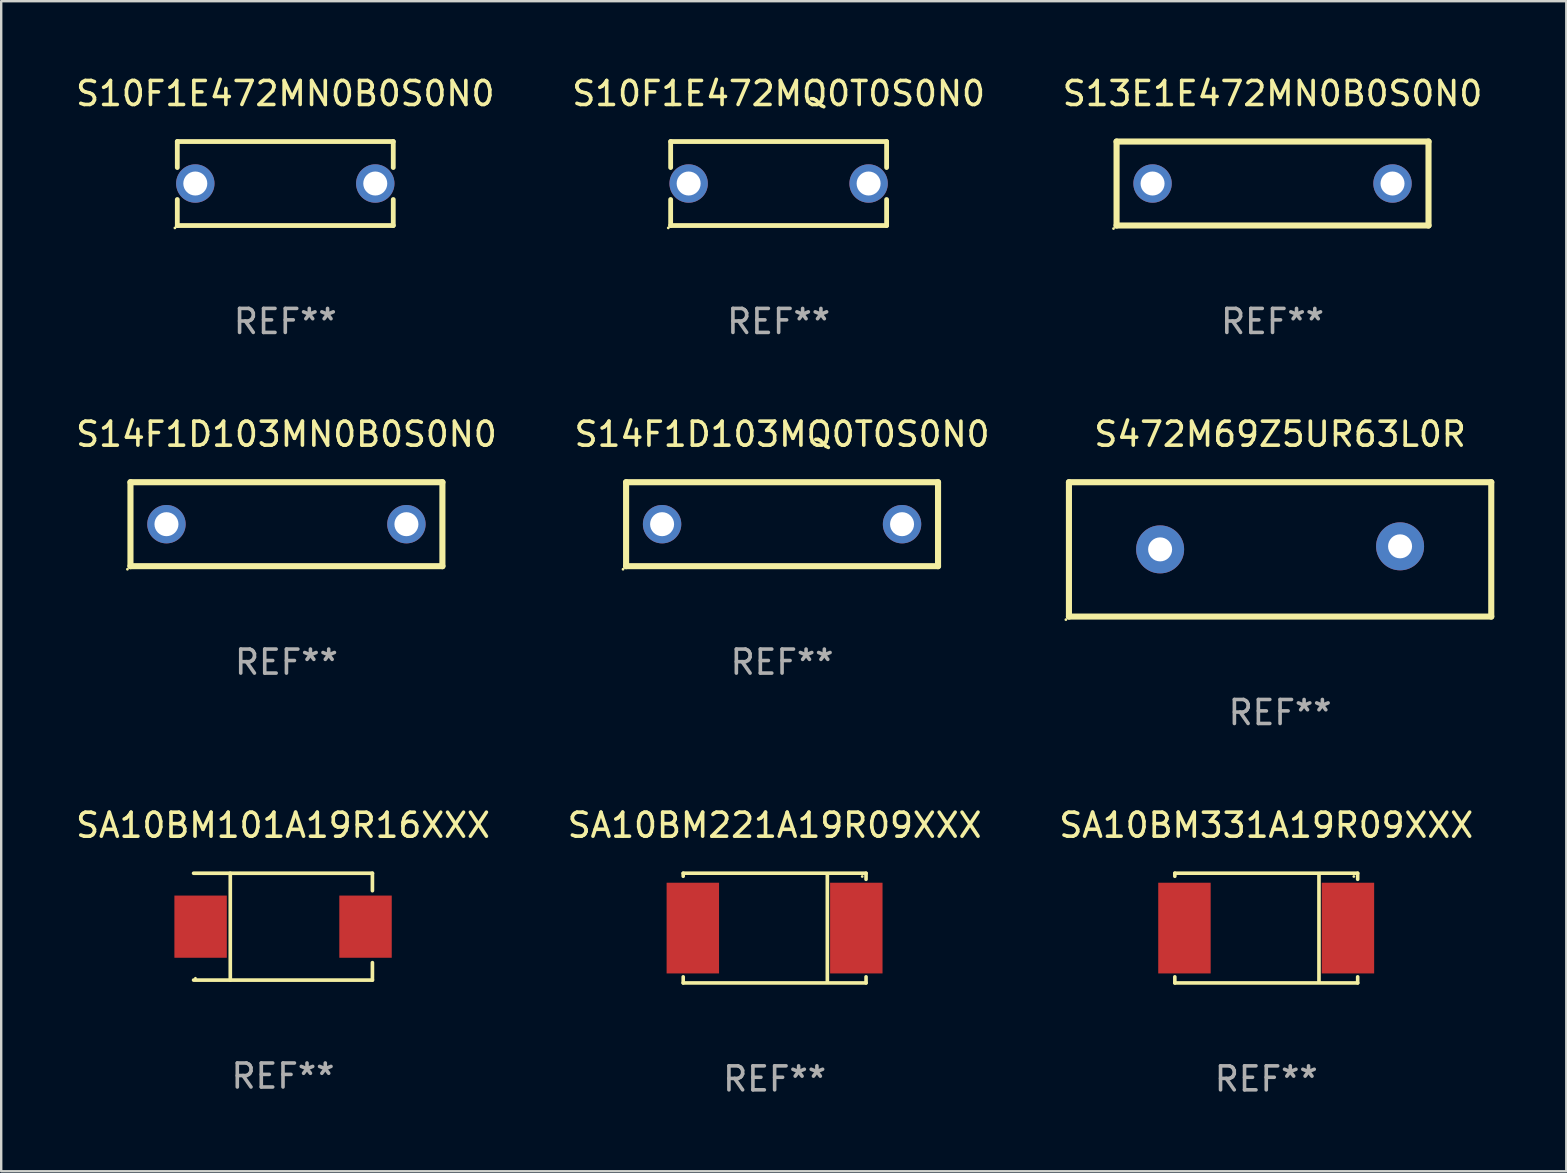
<source format=kicad_pcb>
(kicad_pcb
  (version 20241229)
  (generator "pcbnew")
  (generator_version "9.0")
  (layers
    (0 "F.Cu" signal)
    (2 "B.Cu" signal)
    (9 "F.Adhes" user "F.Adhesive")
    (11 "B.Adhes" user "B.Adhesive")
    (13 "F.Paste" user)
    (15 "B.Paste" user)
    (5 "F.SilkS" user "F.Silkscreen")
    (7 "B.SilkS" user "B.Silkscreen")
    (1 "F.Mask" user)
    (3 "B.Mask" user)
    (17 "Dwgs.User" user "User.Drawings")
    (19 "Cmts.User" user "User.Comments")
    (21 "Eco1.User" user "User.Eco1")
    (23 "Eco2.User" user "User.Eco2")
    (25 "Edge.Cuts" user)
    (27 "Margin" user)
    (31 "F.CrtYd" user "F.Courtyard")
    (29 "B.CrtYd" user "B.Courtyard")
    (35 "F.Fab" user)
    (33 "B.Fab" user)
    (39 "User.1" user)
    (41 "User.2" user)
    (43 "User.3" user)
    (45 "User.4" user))
  (footprint "SA10BM101A19R16XXX"
    (layer "F.Cu")
    (at 8.744 35.568)
    (property "Reference" "SA10BM101A19R16XXX" (at 0 -4.226 0) (layer "F.SilkS") (effects (font (size 1 1) (thickness 0.15))))
    (attr through_hole)
    (fp_line (start -3.726 -2.226) (end 3.726 -2.226) (stroke (width 0.152) (type solid)) (layer "F.SilkS"))
    (fp_line (start -3.726 2.226) (end 3.726 2.226) (stroke (width 0.152) (type solid)) (layer "F.SilkS"))
    (fp_line (start -2.197 -2.226) (end -2.197 2.226) (stroke (width 0.152) (type solid)) (layer "F.SilkS"))
    (fp_line (start 3.726 -2.226) (end 3.726 -1.499) (stroke (width 0.152) (type solid)) (layer "F.SilkS"))
    (fp_line (start 3.726 2.226) (end 3.726 1.499) (stroke (width 0.152) (type solid)) (layer "F.SilkS"))
    (fp_circle (center -3.65 2.15) (end -3.62 2.15) (stroke (width 0.06) (type solid)) (fill no) (layer "F.SilkS"))
    (fp_text user "REF**" (at 0 6.226 0) (layer "F.Fab") (effects (font (size 1 1) (thickness 0.15))))
    (pad "1" smd rect (at -3.434 0 180) (size 2.185 2.592) (layers "F.Cu" "F.Mask" "F.Paste"))
    (pad "2" smd rect (at 3.439 0 180) (size 2.185 2.592) (layers "F.Cu" "F.Mask" "F.Paste")))
  (footprint "S14F1D103MN0B0S0N0"
    (layer "F.Cu")
    (at 8.887 18.795)
    (property "Reference" "S14F1D103MN0B0S0N0" (at 0 -3.75 0) (layer "F.SilkS") (effects (font (size 1 1) (thickness 0.15))))
    (attr through_hole)
    (fp_line (start -6.5 -1.75) (end 6.5 -1.75) (stroke (width 0.254) (type solid)) (layer "F.SilkS"))
    (fp_line (start -6.5 1.75) (end -6.5 -1.75) (stroke (width 0.254) (type solid)) (layer "F.SilkS"))
    (fp_line (start 6.5 -1.75) (end 6.5 1.75) (stroke (width 0.254) (type solid)) (layer "F.SilkS"))
    (fp_line (start 6.5 1.75) (end -6.5 1.75) (stroke (width 0.254) (type solid)) (layer "F.SilkS"))
    (fp_circle (center -6.627 1.877) (end -6.597 1.877) (stroke (width 0.06) (type solid)) (fill no) (layer "F.SilkS"))
    (fp_text user "REF**" (at 0 5.75 0) (layer "F.Fab") (effects (font (size 1 1) (thickness 0.15))))
    (pad "1" thru_hole circle (at -5 0) (size 1.6 1.6) (drill 1) (layers "*.Cu" "*.Mask"))
    (pad "2" thru_hole circle (at 5 0) (size 1.6 1.6) (drill 1) (layers "*.Cu" "*.Mask")))
  (footprint "SA10BM221A19R09XXX"
    (layer "F.Cu")
    (at 29.232 35.627)
    (property "Reference" "SA10BM221A19R09XXX" (at 0 -4.286 0) (layer "F.SilkS") (effects (font (size 1 1) (thickness 0.15))))
    (attr through_hole)
    (fp_line (start -3.81 -2.286) (end -3.81 -2.159) (stroke (width 0.15) (type solid)) (layer "F.SilkS"))
    (fp_line (start -3.81 2.032) (end -3.81 2.286) (stroke (width 0.15) (type solid)) (layer "F.SilkS"))
    (fp_line (start -3.81 2.286) (end 3.81 2.286) (stroke (width 0.15) (type solid)) (layer "F.SilkS"))
    (fp_line (start 2.197 -2.226) (end 2.197 2.226) (stroke (width 0.152) (type solid)) (layer "F.SilkS"))
    (fp_line (start 3.81 -2.286) (end -3.81 -2.286) (stroke (width 0.15) (type solid)) (layer "F.SilkS"))
    (fp_line (start 3.81 -2.032) (end 3.81 -2.286) (stroke (width 0.15) (type solid)) (layer "F.SilkS"))
    (fp_line (start 3.81 2.286) (end 3.81 2.032) (stroke (width 0.15) (type solid)) (layer "F.SilkS"))
    (fp_circle (center 3.65 -2.15) (end 3.68 -2.15) (stroke (width 0.06) (type solid)) (fill no) (layer "F.SilkS"))
    (fp_text user "REF**" (at 0 6.286 0) (layer "F.Fab") (effects (font (size 1 1) (thickness 0.15))))
    (pad "1" smd rect (at 3.404 0 180) (size 2.185 3.78) (layers "F.Cu" "F.Mask" "F.Paste"))
    (pad "2" smd rect (at -3.409 0 180) (size 2.185 3.78) (layers "F.Cu" "F.Mask" "F.Paste")))
  (footprint "S13E1E472MN0B0S0N0"
    (layer "F.Cu")
    (at 49.982 4.598)
    (property "Reference" "S13E1E472MN0B0S0N0" (at 0 -3.75 0) (layer "F.SilkS") (effects (font (size 1 1) (thickness 0.15))))
    (attr through_hole)
    (fp_line (start -6.5 -1.75) (end 6.5 -1.75) (stroke (width 0.254) (type solid)) (layer "F.SilkS"))
    (fp_line (start -6.5 1.75) (end -6.5 -1.75) (stroke (width 0.254) (type solid)) (layer "F.SilkS"))
    (fp_line (start 6.5 -1.75) (end 6.5 1.75) (stroke (width 0.254) (type solid)) (layer "F.SilkS"))
    (fp_line (start 6.5 1.75) (end -6.5 1.75) (stroke (width 0.254) (type solid)) (layer "F.SilkS"))
    (fp_circle (center -6.627 1.877) (end -6.597 1.877) (stroke (width 0.06) (type solid)) (fill no) (layer "F.SilkS"))
    (fp_text user "REF**" (at 0 5.75 0) (layer "F.Fab") (effects (font (size 1 1) (thickness 0.15))))
    (pad "1" thru_hole circle (at -5 0) (size 1.6 1.6) (drill 1) (layers "*.Cu" "*.Mask"))
    (pad "2" thru_hole circle (at 5 0) (size 1.6 1.6) (drill 1) (layers "*.Cu" "*.Mask")))
  (footprint "S14F1D103MQ0T0S0N0"
    (layer "F.Cu")
    (at 29.542 18.795)
    (property "Reference" "S14F1D103MQ0T0S0N0" (at 0 -3.75 0) (layer "F.SilkS") (effects (font (size 1 1) (thickness 0.15))))
    (attr through_hole)
    (fp_line (start -6.5 -1.75) (end 6.5 -1.75) (stroke (width 0.254) (type solid)) (layer "F.SilkS"))
    (fp_line (start -6.5 1.75) (end -6.5 -1.75) (stroke (width 0.254) (type solid)) (layer "F.SilkS"))
    (fp_line (start 6.5 -1.75) (end 6.5 1.75) (stroke (width 0.254) (type solid)) (layer "F.SilkS"))
    (fp_line (start 6.5 1.75) (end -6.5 1.75) (stroke (width 0.254) (type solid)) (layer "F.SilkS"))
    (fp_circle (center -6.627 1.877) (end -6.597 1.877) (stroke (width 0.06) (type solid)) (fill no) (layer "F.SilkS"))
    (fp_text user "REF**" (at 0 5.75 0) (layer "F.Fab") (effects (font (size 1 1) (thickness 0.15))))
    (pad "1" thru_hole circle (at -5 0) (size 1.6 1.6) (drill 1) (layers "*.Cu" "*.Mask"))
    (pad "2" thru_hole circle (at 5 0) (size 1.6 1.6) (drill 1) (layers "*.Cu" "*.Mask")))
  (footprint "S10F1E472MQ0T0S0N0"
    (layer "F.Cu")
    (at 29.399 4.598)
    (property "Reference" "S10F1E472MQ0T0S0N0" (at 0 -3.75 0) (layer "F.SilkS") (effects (font (size 1 1) (thickness 0.15))))
    (attr through_hole)
    (fp_line (start -4.5 -0.666) (end -4.5 -1.75) (stroke (width 0.2) (type solid)) (layer "F.SilkS"))
    (fp_line (start -4.5 1.75) (end -4.5 0.666) (stroke (width 0.2) (type solid)) (layer "F.SilkS"))
    (fp_line (start 4.5 -1.75) (end -4.5 -1.75) (stroke (width 0.2) (type solid)) (layer "F.SilkS"))
    (fp_line (start 4.5 -1.75) (end 4.5 -0.666) (stroke (width 0.2) (type solid)) (layer "F.SilkS"))
    (fp_line (start 4.5 0.666) (end 4.5 1.75) (stroke (width 0.2) (type solid)) (layer "F.SilkS"))
    (fp_line (start 4.5 1.75) (end -4.5 1.75) (stroke (width 0.2) (type solid)) (layer "F.SilkS"))
    (fp_circle (center -4.6 1.85) (end -4.57 1.85) (stroke (width 0.06) (type solid)) (fill no) (layer "F.SilkS"))
    (fp_text user "REF**" (at 0 5.75 0) (layer "F.Fab") (effects (font (size 1 1) (thickness 0.15))))
    (pad "1" thru_hole circle (at -3.75 0) (size 1.6 1.6) (drill 1) (layers "*.Cu" "*.Mask"))
    (pad "2" thru_hole circle (at 3.75 0) (size 1.6 1.6) (drill 1) (layers "*.Cu" "*.Mask")))
  (footprint "S472M69Z5UR63L0R"
    (layer "F.Cu")
    (at 50.297 19.845)
    (property "Reference" "S472M69Z5UR63L0R" (at 0 -4.8 0) (layer "F.SilkS") (effects (font (size 1 1) (thickness 0.15))))
    (attr through_hole)
    (fp_line (start -8.8 -2.8) (end 8.8 -2.8) (stroke (width 0.254) (type solid)) (layer "F.SilkS"))
    (fp_line (start -8.8 2.8) (end -8.8 -2.8) (stroke (width 0.254) (type solid)) (layer "F.SilkS"))
    (fp_line (start 8.8 -2.8) (end 8.8 2.8) (stroke (width 0.254) (type solid)) (layer "F.SilkS"))
    (fp_line (start 8.8 2.8) (end -8.8 2.8) (stroke (width 0.254) (type solid)) (layer "F.SilkS"))
    (fp_circle (center -8.927 2.927) (end -8.897 2.927) (stroke (width 0.06) (type solid)) (fill no) (layer "F.SilkS"))
    (fp_text user "REF**" (at 0 6.8 0) (layer "F.Fab") (effects (font (size 1 1) (thickness 0.15))))
    (pad "1" thru_hole circle (at -5 0) (size 2 2) (drill 1) (layers "*.Cu" "*.Mask"))
    (pad "2" thru_hole circle (at 5 -0.127) (size 2 2) (drill 1) (layers "*.Cu" "*.Mask")))
  (footprint "SA10BM331A19R09XXX"
    (layer "F.Cu")
    (at 49.72 35.627)
    (property "Reference" "SA10BM331A19R09XXX" (at 0 -4.286 0) (layer "F.SilkS") (effects (font (size 1 1) (thickness 0.15))))
    (attr through_hole)
    (fp_line (start -3.81 -2.286) (end -3.81 -2.159) (stroke (width 0.15) (type solid)) (layer "F.SilkS"))
    (fp_line (start -3.81 2.032) (end -3.81 2.286) (stroke (width 0.15) (type solid)) (layer "F.SilkS"))
    (fp_line (start -3.81 2.286) (end 3.81 2.286) (stroke (width 0.15) (type solid)) (layer "F.SilkS"))
    (fp_line (start 2.197 -2.226) (end 2.197 2.226) (stroke (width 0.152) (type solid)) (layer "F.SilkS"))
    (fp_line (start 3.81 -2.286) (end -3.81 -2.286) (stroke (width 0.15) (type solid)) (layer "F.SilkS"))
    (fp_line (start 3.81 -2.032) (end 3.81 -2.286) (stroke (width 0.15) (type solid)) (layer "F.SilkS"))
    (fp_line (start 3.81 2.286) (end 3.81 2.032) (stroke (width 0.15) (type solid)) (layer "F.SilkS"))
    (fp_circle (center 3.65 -2.15) (end 3.68 -2.15) (stroke (width 0.06) (type solid)) (fill no) (layer "F.SilkS"))
    (fp_text user "REF**" (at 0 6.286 0) (layer "F.Fab") (effects (font (size 1 1) (thickness 0.15))))
    (pad "1" smd rect (at 3.404 0 180) (size 2.185 3.78) (layers "F.Cu" "F.Mask" "F.Paste"))
    (pad "2" smd rect (at -3.409 0 180) (size 2.185 3.78) (layers "F.Cu" "F.Mask" "F.Paste")))
  (footprint "S10F1E472MN0B0S0N0"
    (layer "F.Cu")
    (at 8.839 4.598)
    (property "Reference" "S10F1E472MN0B0S0N0" (at 0 -3.75 0) (layer "F.SilkS") (effects (font (size 1 1) (thickness 0.15))))
    (attr through_hole)
    (fp_line (start -4.5 -0.666) (end -4.5 -1.75) (stroke (width 0.2) (type solid)) (layer "F.SilkS"))
    (fp_line (start -4.5 1.75) (end -4.5 0.666) (stroke (width 0.2) (type solid)) (layer "F.SilkS"))
    (fp_line (start 4.5 -1.75) (end -4.5 -1.75) (stroke (width 0.2) (type solid)) (layer "F.SilkS"))
    (fp_line (start 4.5 -1.75) (end 4.5 -0.666) (stroke (width 0.2) (type solid)) (layer "F.SilkS"))
    (fp_line (start 4.5 0.666) (end 4.5 1.75) (stroke (width 0.2) (type solid)) (layer "F.SilkS"))
    (fp_line (start 4.5 1.75) (end -4.5 1.75) (stroke (width 0.2) (type solid)) (layer "F.SilkS"))
    (fp_circle (center -4.6 1.85) (end -4.57 1.85) (stroke (width 0.06) (type solid)) (fill no) (layer "F.SilkS"))
    (fp_text user "REF**" (at 0 5.75 0) (layer "F.Fab") (effects (font (size 1 1) (thickness 0.15))))
    (pad "1" thru_hole circle (at -3.75 0) (size 1.6 1.6) (drill 1) (layers "*.Cu" "*.Mask"))
    (pad "2" thru_hole circle (at 3.75 0) (size 1.6 1.6) (drill 1) (layers "*.Cu" "*.Mask")))
  (gr_rect
    (start -3 -3)
    (end 62.224 45.762)
    (stroke (width 0.1) (type default))
    (fill no)
    (layer "Edge.Cuts")))
</source>
